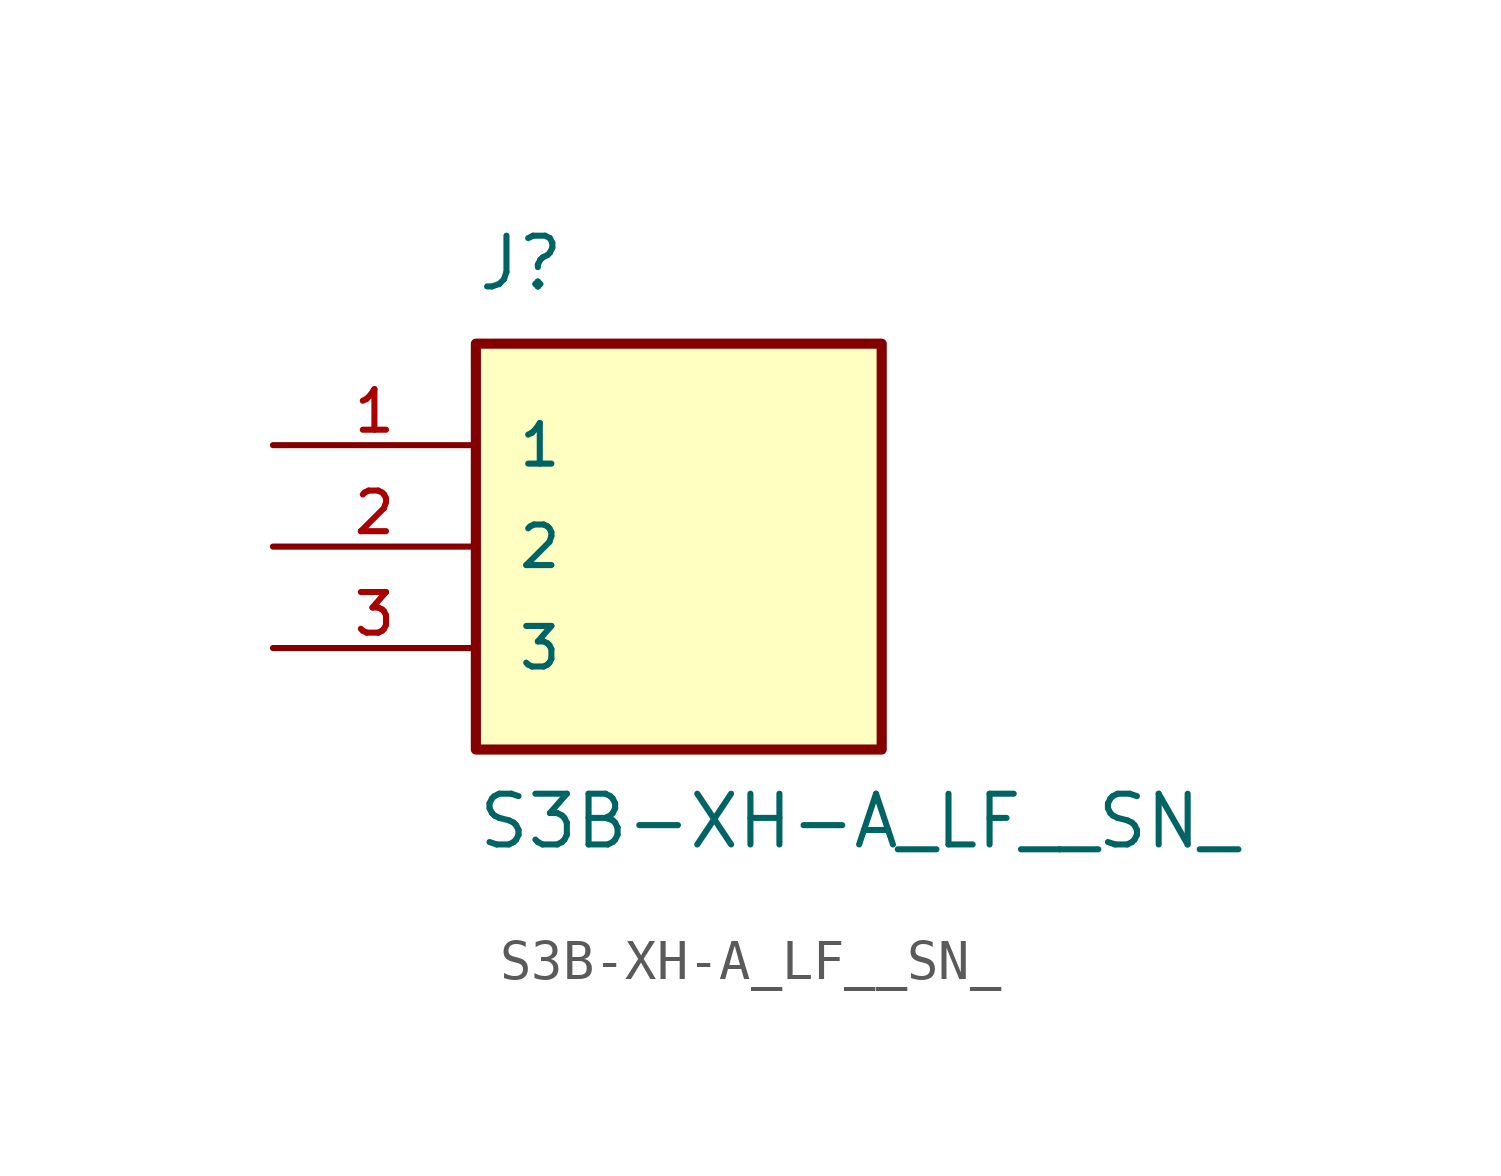
<source format=kicad_sym>
(kicad_symbol_lib
  (version 20211014)
  (generator kicad_symbol_editor)
  (symbol "S3B-XH-A_LF__SN_"
    (pin_names
      (offset 1.016))
    (property "Reference" "J"
      (at -5.08 6.35 0)
      (effects (font (size 1.27 1.27)) (justify bottom left)))
    (property "Value" "S3B-XH-A_LF__SN_"
      (at -5.08 -7.62 0)
      (effects (font (size 1.27 1.27)) (justify bottom left)))
    (symbol "S3B-XH-A_LF__SN__0_0"
      (rectangle (start -5.08 -5.08) (end 5.08 5.08) (stroke (width 0.254)) (fill (type background)))
      (pin passive line (at -10.16 2.54 0) (length 5.08) (name "1" (effects (font (size 1.016 1.016)))) (number "1" (effects (font (size 1.016 1.016)))))
      (pin passive line (at -10.16 0.0 0) (length 5.08) (name "2" (effects (font (size 1.016 1.016)))) (number "2" (effects (font (size 1.016 1.016)))))
      (pin passive line (at -10.16 -2.54 0) (length 5.08) (name "3" (effects (font (size 1.016 1.016)))) (number "3" (effects (font (size 1.016 1.016))))))))
</source>
